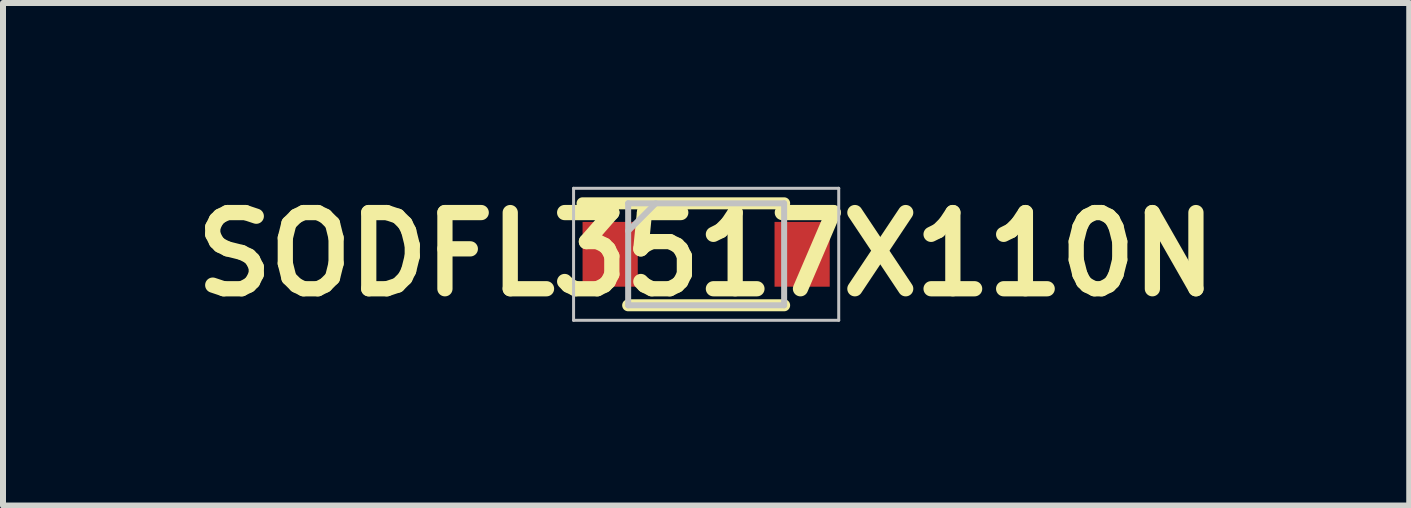
<source format=kicad_pcb>
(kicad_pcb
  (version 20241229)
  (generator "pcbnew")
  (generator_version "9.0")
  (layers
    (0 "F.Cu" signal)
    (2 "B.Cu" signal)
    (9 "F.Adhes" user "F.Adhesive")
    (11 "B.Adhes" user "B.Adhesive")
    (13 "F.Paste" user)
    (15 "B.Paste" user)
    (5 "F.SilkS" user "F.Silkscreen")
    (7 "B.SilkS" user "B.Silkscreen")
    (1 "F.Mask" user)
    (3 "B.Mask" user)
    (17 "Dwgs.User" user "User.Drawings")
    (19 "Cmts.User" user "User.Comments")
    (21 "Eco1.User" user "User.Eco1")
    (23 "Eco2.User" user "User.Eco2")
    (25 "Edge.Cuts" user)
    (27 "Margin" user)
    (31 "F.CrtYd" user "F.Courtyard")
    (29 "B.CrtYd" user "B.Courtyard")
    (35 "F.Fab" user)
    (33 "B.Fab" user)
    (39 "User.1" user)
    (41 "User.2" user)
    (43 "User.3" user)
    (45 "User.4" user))
  (footprint "SODFL3517X110N"
    (layer "F.Cu")
    (at 8.721 1.189)
    (property "Reference" "SODFL3517X110N" (at 0 0 0) (layer "F.SilkS") (effects (font (size 1.27 1.27) (thickness 0.254))))
    (attr smd)
    (fp_line (start -2.06 -0.85) (end 1.3 -0.85) (stroke (width 0.2) (type solid)) (layer "F.SilkS"))
    (fp_line (start -1.3 0.85) (end 1.3 0.85) (stroke (width 0.2) (type solid)) (layer "F.SilkS"))
    (fp_line (start -2.21 -1.1) (end 2.21 -1.1) (stroke (width 0.05) (type solid)) (layer "Dwgs.User"))
    (fp_line (start -2.21 1.1) (end -2.21 -1.1) (stroke (width 0.05) (type solid)) (layer "Dwgs.User"))
    (fp_line (start -1.3 -0.85) (end 1.3 -0.85) (stroke (width 0.1) (type solid)) (layer "Dwgs.User"))
    (fp_line (start -1.3 -0.39) (end -0.84 -0.85) (stroke (width 0.1) (type solid)) (layer "Dwgs.User"))
    (fp_line (start -1.3 0.85) (end -1.3 -0.85) (stroke (width 0.1) (type solid)) (layer "Dwgs.User"))
    (fp_line (start 1.3 -0.85) (end 1.3 0.85) (stroke (width 0.1) (type solid)) (layer "Dwgs.User"))
    (fp_line (start 1.3 0.85) (end -1.3 0.85) (stroke (width 0.1) (type solid)) (layer "Dwgs.User"))
    (fp_line (start 2.21 -1.1) (end 2.21 1.1) (stroke (width 0.05) (type solid)) (layer "Dwgs.User"))
    (fp_line (start 2.21 1.1) (end -2.21 1.1) (stroke (width 0.05) (type solid)) (layer "Dwgs.User"))
    (pad "1" smd rect (at -1.6 0) (size 0.92 1.08) (layers "F.Cu" "F.Mask" "F.Paste"))
    (pad "2" smd rect (at 1.6 0) (size 0.92 1.08) (layers "F.Cu" "F.Mask" "F.Paste")))
  (gr_rect
    (start -3 -3)
    (end 20.441 5.377)
    (stroke (width 0.1) (type default))
    (fill no)
    (layer "Edge.Cuts")))
</source>
